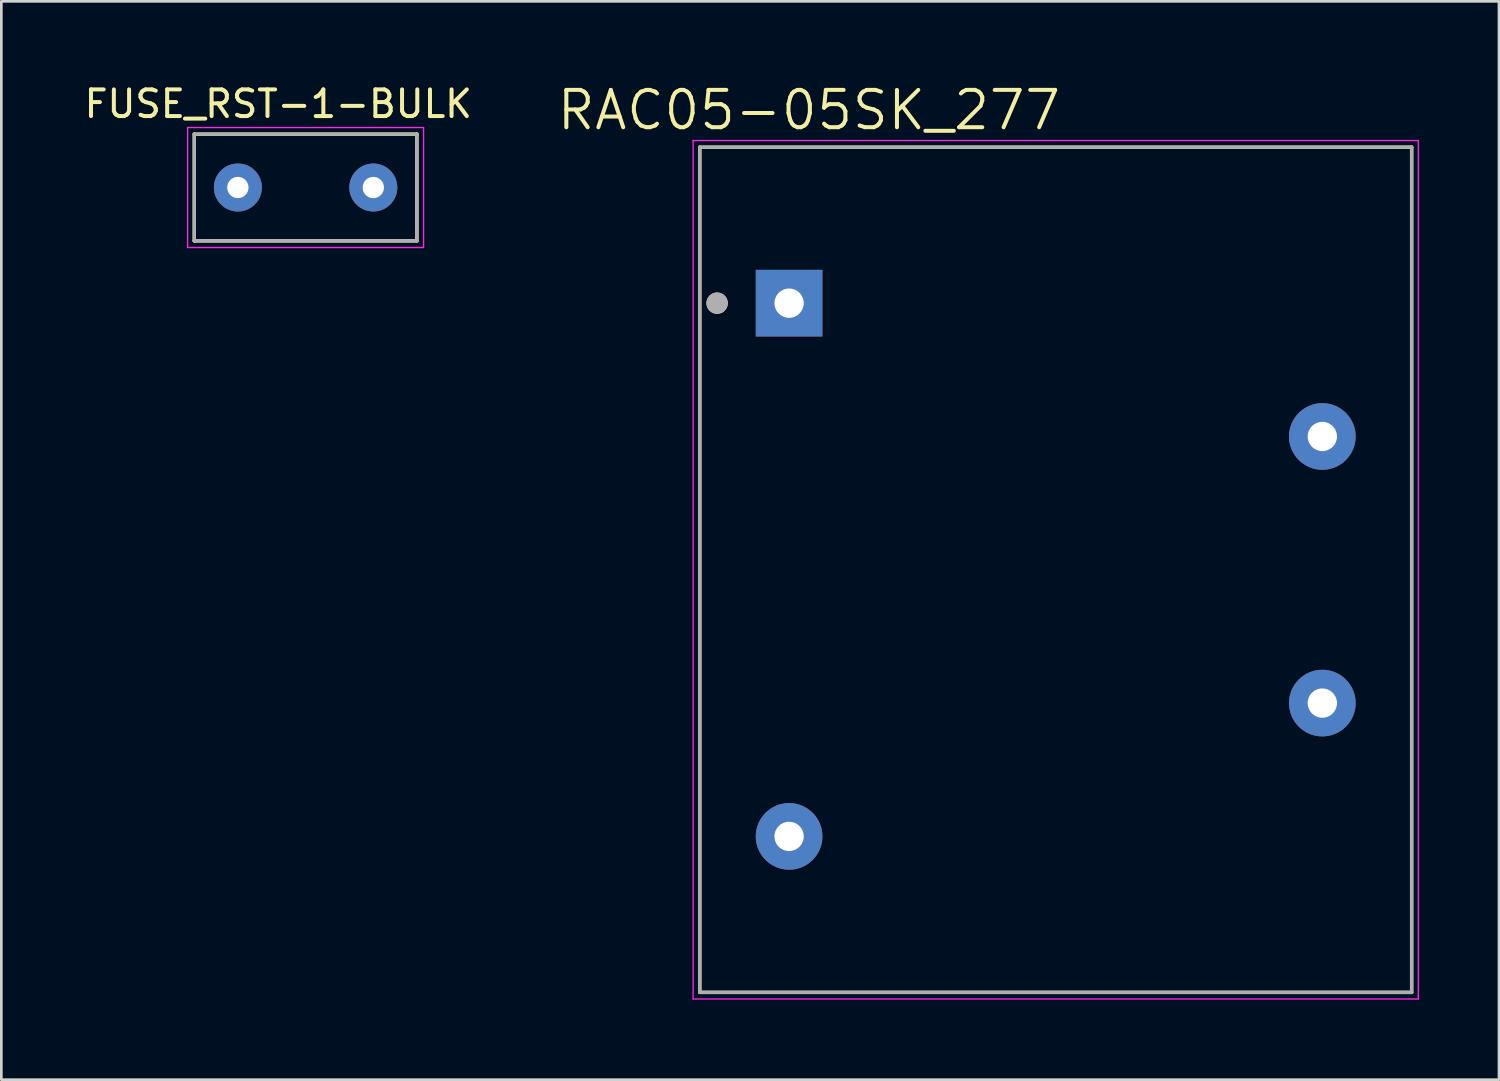
<source format=kicad_pcb>
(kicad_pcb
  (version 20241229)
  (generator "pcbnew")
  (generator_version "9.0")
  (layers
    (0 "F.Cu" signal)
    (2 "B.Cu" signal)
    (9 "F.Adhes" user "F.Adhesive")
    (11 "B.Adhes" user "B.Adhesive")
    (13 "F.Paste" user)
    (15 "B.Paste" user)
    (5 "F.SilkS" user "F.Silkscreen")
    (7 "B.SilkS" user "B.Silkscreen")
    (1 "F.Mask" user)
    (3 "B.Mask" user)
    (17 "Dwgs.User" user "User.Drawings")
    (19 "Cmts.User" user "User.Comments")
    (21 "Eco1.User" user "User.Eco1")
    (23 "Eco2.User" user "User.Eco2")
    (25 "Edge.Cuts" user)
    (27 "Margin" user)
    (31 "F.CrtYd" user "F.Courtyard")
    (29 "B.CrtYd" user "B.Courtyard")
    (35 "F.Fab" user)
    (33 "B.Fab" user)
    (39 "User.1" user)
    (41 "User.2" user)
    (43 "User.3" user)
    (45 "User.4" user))
  (footprint "FUSE_RST-1-BULK"
    (layer "F.Cu")
    (at 8.412 3.983)
    (property "Reference" "FUSE_RST-1-BULK" (at -1.025 -3.135 0) (layer "F.SilkS") (effects (font (size 1 1) (thickness 0.15))))
    (attr through_hole)
    (fp_line (start -4.175 -2) (end 4.175 -2) (stroke (width 0.127) (type solid)) (layer "F.SilkS"))
    (fp_line (start -4.175 2) (end -4.175 -2) (stroke (width 0.127) (type solid)) (layer "F.SilkS"))
    (fp_line (start 4.175 -2) (end 4.175 2) (stroke (width 0.127) (type solid)) (layer "F.SilkS"))
    (fp_line (start 4.175 2) (end -4.175 2) (stroke (width 0.127) (type solid)) (layer "F.SilkS"))
    (fp_line (start -4.425 -2.25) (end 4.425 -2.25) (stroke (width 0.05) (type solid)) (layer "F.CrtYd"))
    (fp_line (start -4.425 2.25) (end -4.425 -2.25) (stroke (width 0.05) (type solid)) (layer "F.CrtYd"))
    (fp_line (start 4.425 -2.25) (end 4.425 2.25) (stroke (width 0.05) (type solid)) (layer "F.CrtYd"))
    (fp_line (start 4.425 2.25) (end -4.425 2.25) (stroke (width 0.05) (type solid)) (layer "F.CrtYd"))
    (fp_line (start -4.175 -2) (end 4.175 -2) (stroke (width 0.127) (type solid)) (layer "F.Fab"))
    (fp_line (start -4.175 2) (end -4.175 -2) (stroke (width 0.127) (type solid)) (layer "F.Fab"))
    (fp_line (start 4.175 -2) (end 4.175 2) (stroke (width 0.127) (type solid)) (layer "F.Fab"))
    (fp_line (start 4.175 2) (end -4.175 2) (stroke (width 0.127) (type solid)) (layer "F.Fab"))
    (pad "1" thru_hole circle (at -2.54 0) (size 1.8 1.8) (drill 0.8) (layers "*.Cu" "*.Mask"))
    (pad "2" thru_hole circle (at 2.54 0) (size 1.8 1.8) (drill 0.8) (layers "*.Cu" "*.Mask")))
  (footprint "RAC05-05SK_277"
    (layer "F.Cu")
    (at 36.547 18.321)
    (property "Reference" "RAC05-05SK_277" (at -9.255 -17.239 0) (layer "F.SilkS") (effects (font (size 1.4 1.4) (thickness 0.15))))
    (attr through_hole)
    (fp_line (start -13.35 -15.85) (end 13.35 -15.85) (stroke (width 0.127) (type solid)) (layer "F.SilkS"))
    (fp_line (start -13.35 15.85) (end -13.35 -15.85) (stroke (width 0.127) (type solid)) (layer "F.SilkS"))
    (fp_line (start 13.35 -15.85) (end 13.35 15.85) (stroke (width 0.127) (type solid)) (layer "F.SilkS"))
    (fp_line (start 13.35 15.85) (end -13.35 15.85) (stroke (width 0.127) (type solid)) (layer "F.SilkS"))
    (fp_circle (center -12.7 -10) (end -12.5 -10) (stroke (width 0.4) (type solid)) (fill no) (layer "F.SilkS"))
    (fp_line (start -13.6 -16.1) (end 13.6 -16.1) (stroke (width 0.05) (type solid)) (layer "F.CrtYd"))
    (fp_line (start -13.6 16.1) (end -13.6 -16.1) (stroke (width 0.05) (type solid)) (layer "F.CrtYd"))
    (fp_line (start 13.6 -16.1) (end 13.6 16.1) (stroke (width 0.05) (type solid)) (layer "F.CrtYd"))
    (fp_line (start 13.6 16.1) (end -13.6 16.1) (stroke (width 0.05) (type solid)) (layer "F.CrtYd"))
    (fp_line (start -13.35 -15.85) (end 13.35 -15.85) (stroke (width 0.127) (type solid)) (layer "F.Fab"))
    (fp_line (start -13.35 15.85) (end -13.35 -15.85) (stroke (width 0.127) (type solid)) (layer "F.Fab"))
    (fp_line (start 13.35 -15.85) (end 13.35 15.85) (stroke (width 0.127) (type solid)) (layer "F.Fab"))
    (fp_line (start 13.35 15.85) (end -13.35 15.85) (stroke (width 0.127) (type solid)) (layer "F.Fab"))
    (fp_circle (center -12.7 -10) (end -12.5 -10) (stroke (width 0.4) (type solid)) (fill no) (layer "F.Fab"))
    (pad "1" thru_hole rect (at -10 -10) (size 2.5 2.5) (drill 1.1) (layers "*.Cu" "*.Mask"))
    (pad "5" thru_hole circle (at -10 10) (size 2.5 2.5) (drill 1.1) (layers "*.Cu" "*.Mask"))
    (pad "7" thru_hole circle (at 10 5) (size 2.5 2.5) (drill 1.1) (layers "*.Cu" "*.Mask"))
    (pad "9" thru_hole circle (at 10 -5) (size 2.5 2.5) (drill 1.1) (layers "*.Cu" "*.Mask")))
  (gr_rect
    (start -3 -3)
    (end 53.172 37.446)
    (stroke (width 0.1) (type default))
    (fill no)
    (layer "Edge.Cuts")))
</source>
